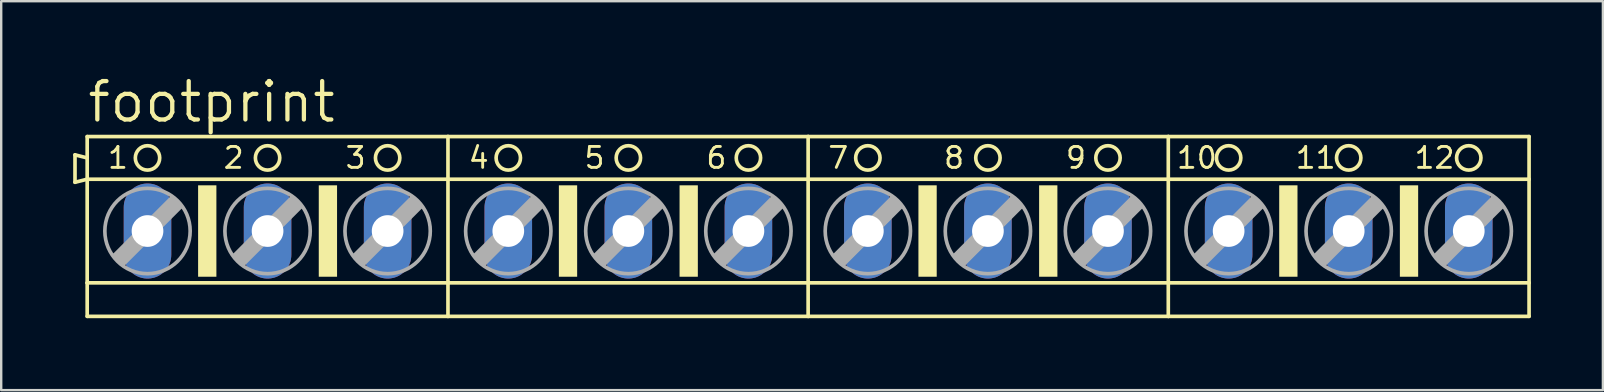
<source format=kicad_pcb>
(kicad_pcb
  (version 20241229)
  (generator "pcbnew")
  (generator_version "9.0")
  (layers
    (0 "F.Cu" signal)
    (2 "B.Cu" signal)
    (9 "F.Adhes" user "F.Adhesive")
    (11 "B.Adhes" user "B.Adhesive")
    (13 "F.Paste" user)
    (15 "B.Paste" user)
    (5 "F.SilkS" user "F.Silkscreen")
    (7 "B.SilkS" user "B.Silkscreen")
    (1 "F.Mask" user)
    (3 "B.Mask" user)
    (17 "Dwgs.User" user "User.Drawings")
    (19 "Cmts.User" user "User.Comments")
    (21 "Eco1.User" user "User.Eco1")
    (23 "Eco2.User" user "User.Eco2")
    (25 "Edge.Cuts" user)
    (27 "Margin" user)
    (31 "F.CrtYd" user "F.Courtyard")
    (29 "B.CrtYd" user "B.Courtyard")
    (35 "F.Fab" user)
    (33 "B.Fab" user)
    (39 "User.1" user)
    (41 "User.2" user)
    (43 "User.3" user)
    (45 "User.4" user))
  (footprint "footprint"
    (layer "F.Cu")
    (at 30.632 6.579)
    (property "Reference" "footprint" (at -30.124 -4.445 0) (layer "F.SilkS") (effects (font (size 1.6 1.6) (thickness 0.178)) (justify left bottom)))
    (fp_line (start -30.556 -3.175) (end -30.556 -2.032) (stroke (width 0.152) (type solid)) (layer "F.SilkS"))
    (fp_line (start -30.556 -2.032) (end -30.048 -2.159) (stroke (width 0.152) (type solid)) (layer "F.SilkS"))
    (fp_line (start -30.048 -3.048) (end -30.556 -3.175) (stroke (width 0.152) (type solid)) (layer "F.SilkS"))
    (fp_line (start -30.048 -3.048) (end -30.048 -3.937) (stroke (width 0.152) (type solid)) (layer "F.SilkS"))
    (fp_line (start -30.048 -2.159) (end -30.048 -3.048) (stroke (width 0.152) (type solid)) (layer "F.SilkS"))
    (fp_line (start -30.048 -2.159) (end -15.011 -2.159) (stroke (width 0.152) (type solid)) (layer "F.SilkS"))
    (fp_line (start -30.048 2.159) (end -30.048 -2.159) (stroke (width 0.152) (type solid)) (layer "F.SilkS"))
    (fp_line (start -30.048 2.159) (end -15.011 2.159) (stroke (width 0.152) (type solid)) (layer "F.SilkS"))
    (fp_line (start -30.048 3.556) (end -30.048 2.159) (stroke (width 0.152) (type solid)) (layer "F.SilkS"))
    (fp_line (start -30.048 3.556) (end -15.011 3.556) (stroke (width 0.152) (type solid)) (layer "F.SilkS"))
    (fp_line (start -15.011 -3.937) (end -30.048 -3.937) (stroke (width 0.152) (type solid)) (layer "F.SilkS"))
    (fp_line (start -15.011 -2.159) (end -15.011 -3.937) (stroke (width 0.152) (type solid)) (layer "F.SilkS"))
    (fp_line (start -15.011 -2.159) (end 0 -2.159) (stroke (width 0.152) (type solid)) (layer "F.SilkS"))
    (fp_line (start -15.011 2.159) (end -15.011 -2.159) (stroke (width 0.152) (type solid)) (layer "F.SilkS"))
    (fp_line (start -15.011 2.159) (end 0 2.159) (stroke (width 0.152) (type solid)) (layer "F.SilkS"))
    (fp_line (start -15.011 3.556) (end -15.011 2.159) (stroke (width 0.152) (type solid)) (layer "F.SilkS"))
    (fp_line (start -15.011 3.556) (end 0 3.556) (stroke (width 0.152) (type solid)) (layer "F.SilkS"))
    (fp_line (start 0 -3.937) (end -15.011 -3.937) (stroke (width 0.152) (type solid)) (layer "F.SilkS"))
    (fp_line (start 0 -2.159) (end 0 -3.937) (stroke (width 0.152) (type solid)) (layer "F.SilkS"))
    (fp_line (start 0 -2.159) (end 15.011 -2.159) (stroke (width 0.152) (type solid)) (layer "F.SilkS"))
    (fp_line (start 0 2.159) (end 0 -2.159) (stroke (width 0.152) (type solid)) (layer "F.SilkS"))
    (fp_line (start 0 2.159) (end 15.011 2.159) (stroke (width 0.152) (type solid)) (layer "F.SilkS"))
    (fp_line (start 0 3.556) (end 0 2.159) (stroke (width 0.152) (type solid)) (layer "F.SilkS"))
    (fp_line (start 0 3.556) (end 15.011 3.556) (stroke (width 0.152) (type solid)) (layer "F.SilkS"))
    (fp_line (start 15.011 -3.937) (end 0 -3.937) (stroke (width 0.152) (type solid)) (layer "F.SilkS"))
    (fp_line (start 15.011 -2.159) (end 15.011 -3.937) (stroke (width 0.152) (type solid)) (layer "F.SilkS"))
    (fp_line (start 15.011 -2.159) (end 30.048 -2.159) (stroke (width 0.152) (type solid)) (layer "F.SilkS"))
    (fp_line (start 15.011 2.159) (end 15.011 -2.159) (stroke (width 0.152) (type solid)) (layer "F.SilkS"))
    (fp_line (start 15.011 2.159) (end 30.048 2.159) (stroke (width 0.152) (type solid)) (layer "F.SilkS"))
    (fp_line (start 15.011 3.556) (end 15.011 2.159) (stroke (width 0.152) (type solid)) (layer "F.SilkS"))
    (fp_line (start 15.011 3.556) (end 30.048 3.556) (stroke (width 0.152) (type solid)) (layer "F.SilkS"))
    (fp_line (start 30.048 -3.937) (end 15.011 -3.937) (stroke (width 0.152) (type solid)) (layer "F.SilkS"))
    (fp_line (start 30.048 -3.937) (end 30.048 -2.159) (stroke (width 0.152) (type solid)) (layer "F.SilkS"))
    (fp_line (start 30.048 -2.159) (end 30.048 2.159) (stroke (width 0.152) (type solid)) (layer "F.SilkS"))
    (fp_line (start 30.048 2.159) (end 30.048 3.556) (stroke (width 0.152) (type solid)) (layer "F.SilkS"))
    (fp_circle (center -27.534 -3.048) (end -27.026 -3.048) (stroke (width 0.152) (type solid)) (fill no) (layer "F.SilkS"))
    (fp_circle (center -22.53 -3.048) (end -22.022 -3.048) (stroke (width 0.152) (type solid)) (fill no) (layer "F.SilkS"))
    (fp_circle (center -17.526 -3.048) (end -17.018 -3.048) (stroke (width 0.152) (type solid)) (fill no) (layer "F.SilkS"))
    (fp_circle (center -12.497 -3.048) (end -11.989 -3.048) (stroke (width 0.152) (type solid)) (fill no) (layer "F.SilkS"))
    (fp_circle (center -7.493 -3.048) (end -6.985 -3.048) (stroke (width 0.152) (type solid)) (fill no) (layer "F.SilkS"))
    (fp_circle (center -2.489 -3.048) (end -1.981 -3.048) (stroke (width 0.152) (type solid)) (fill no) (layer "F.SilkS"))
    (fp_circle (center 2.489 -3.048) (end 2.997 -3.048) (stroke (width 0.152) (type solid)) (fill no) (layer "F.SilkS"))
    (fp_circle (center 7.493 -3.048) (end 8.001 -3.048) (stroke (width 0.152) (type solid)) (fill no) (layer "F.SilkS"))
    (fp_circle (center 12.497 -3.048) (end 13.005 -3.048) (stroke (width 0.152) (type solid)) (fill no) (layer "F.SilkS"))
    (fp_circle (center 17.526 -3.048) (end 18.034 -3.048) (stroke (width 0.152) (type solid)) (fill no) (layer "F.SilkS"))
    (fp_circle (center 22.53 -3.048) (end 23.038 -3.048) (stroke (width 0.152) (type solid)) (fill no) (layer "F.SilkS"))
    (fp_circle (center 27.534 -3.048) (end 28.042 -3.048) (stroke (width 0.152) (type solid)) (fill no) (layer "F.SilkS"))
    (fp_poly (pts (xy -25.425 1.905) (xy -24.663 1.905) (xy -24.663 -1.905) (xy -25.425 -1.905)) (stroke (width 0) (type solid)) (fill yes) (layer "F.SilkS"))
    (fp_poly (pts (xy -20.396 1.905) (xy -19.634 1.905) (xy -19.634 -1.905) (xy -20.396 -1.905)) (stroke (width 0) (type solid)) (fill yes) (layer "F.SilkS"))
    (fp_poly (pts (xy -10.389 1.905) (xy -9.627 1.905) (xy -9.627 -1.905) (xy -10.389 -1.905)) (stroke (width 0) (type solid)) (fill yes) (layer "F.SilkS"))
    (fp_poly (pts (xy -5.359 1.905) (xy -4.597 1.905) (xy -4.597 -1.905) (xy -5.359 -1.905)) (stroke (width 0) (type solid)) (fill yes) (layer "F.SilkS"))
    (fp_poly (pts (xy 4.597 1.905) (xy 5.359 1.905) (xy 5.359 -1.905) (xy 4.597 -1.905)) (stroke (width 0) (type solid)) (fill yes) (layer "F.SilkS"))
    (fp_poly (pts (xy 9.627 1.905) (xy 10.389 1.905) (xy 10.389 -1.905) (xy 9.627 -1.905)) (stroke (width 0) (type solid)) (fill yes) (layer "F.SilkS"))
    (fp_poly (pts (xy 19.634 1.905) (xy 20.396 1.905) (xy 20.396 -1.905) (xy 19.634 -1.905)) (stroke (width 0) (type solid)) (fill yes) (layer "F.SilkS"))
    (fp_poly (pts (xy 24.663 1.905) (xy 25.425 1.905) (xy 25.425 -1.905) (xy 24.663 -1.905)) (stroke (width 0) (type solid)) (fill yes) (layer "F.SilkS"))
    (fp_line (start -28.931 1.016) (end -28.55 1.397) (stroke (width 0.152) (type solid)) (layer "F.Fab"))
    (fp_line (start -28.931 1.016) (end -26.518 -1.397) (stroke (width 0.152) (type solid)) (layer "F.Fab"))
    (fp_line (start -28.55 1.016) (end -26.518 -1.016) (stroke (width 0.61) (type solid)) (layer "F.Fab"))
    (fp_line (start -28.55 1.397) (end -26.137 -1.016) (stroke (width 0.152) (type solid)) (layer "F.Fab"))
    (fp_line (start -26.518 -1.397) (end -26.137 -1.016) (stroke (width 0.152) (type solid)) (layer "F.Fab"))
    (fp_line (start -23.927 1.016) (end -23.546 1.397) (stroke (width 0.152) (type solid)) (layer "F.Fab"))
    (fp_line (start -23.927 1.016) (end -21.514 -1.397) (stroke (width 0.152) (type solid)) (layer "F.Fab"))
    (fp_line (start -23.546 1.016) (end -21.514 -1.016) (stroke (width 0.61) (type solid)) (layer "F.Fab"))
    (fp_line (start -23.546 1.397) (end -21.133 -1.016) (stroke (width 0.152) (type solid)) (layer "F.Fab"))
    (fp_line (start -21.514 -1.397) (end -21.133 -1.016) (stroke (width 0.152) (type solid)) (layer "F.Fab"))
    (fp_line (start -18.923 1.016) (end -18.542 1.397) (stroke (width 0.152) (type solid)) (layer "F.Fab"))
    (fp_line (start -18.923 1.016) (end -16.51 -1.397) (stroke (width 0.152) (type solid)) (layer "F.Fab"))
    (fp_line (start -18.542 1.016) (end -16.51 -1.016) (stroke (width 0.61) (type solid)) (layer "F.Fab"))
    (fp_line (start -18.542 1.397) (end -16.129 -1.016) (stroke (width 0.152) (type solid)) (layer "F.Fab"))
    (fp_line (start -16.51 -1.397) (end -16.129 -1.016) (stroke (width 0.152) (type solid)) (layer "F.Fab"))
    (fp_line (start -13.894 1.016) (end -13.513 1.397) (stroke (width 0.152) (type solid)) (layer "F.Fab"))
    (fp_line (start -13.894 1.016) (end -11.481 -1.397) (stroke (width 0.152) (type solid)) (layer "F.Fab"))
    (fp_line (start -13.513 1.016) (end -11.481 -1.016) (stroke (width 0.61) (type solid)) (layer "F.Fab"))
    (fp_line (start -13.513 1.397) (end -11.1 -1.016) (stroke (width 0.152) (type solid)) (layer "F.Fab"))
    (fp_line (start -11.481 -1.397) (end -11.1 -1.016) (stroke (width 0.152) (type solid)) (layer "F.Fab"))
    (fp_line (start -8.89 1.016) (end -8.509 1.397) (stroke (width 0.152) (type solid)) (layer "F.Fab"))
    (fp_line (start -8.89 1.016) (end -6.477 -1.397) (stroke (width 0.152) (type solid)) (layer "F.Fab"))
    (fp_line (start -8.509 1.016) (end -6.477 -1.016) (stroke (width 0.61) (type solid)) (layer "F.Fab"))
    (fp_line (start -8.509 1.397) (end -6.096 -1.016) (stroke (width 0.152) (type solid)) (layer "F.Fab"))
    (fp_line (start -6.477 -1.397) (end -6.096 -1.016) (stroke (width 0.152) (type solid)) (layer "F.Fab"))
    (fp_line (start -3.886 1.016) (end -3.505 1.397) (stroke (width 0.152) (type solid)) (layer "F.Fab"))
    (fp_line (start -3.886 1.016) (end -1.473 -1.397) (stroke (width 0.152) (type solid)) (layer "F.Fab"))
    (fp_line (start -3.505 1.016) (end -1.473 -1.016) (stroke (width 0.61) (type solid)) (layer "F.Fab"))
    (fp_line (start -3.505 1.397) (end -1.092 -1.016) (stroke (width 0.152) (type solid)) (layer "F.Fab"))
    (fp_line (start -1.473 -1.397) (end -1.092 -1.016) (stroke (width 0.152) (type solid)) (layer "F.Fab"))
    (fp_line (start 1.092 1.016) (end 1.473 1.397) (stroke (width 0.152) (type solid)) (layer "F.Fab"))
    (fp_line (start 1.092 1.016) (end 3.505 -1.397) (stroke (width 0.152) (type solid)) (layer "F.Fab"))
    (fp_line (start 1.473 1.016) (end 3.505 -1.016) (stroke (width 0.61) (type solid)) (layer "F.Fab"))
    (fp_line (start 1.473 1.397) (end 3.886 -1.016) (stroke (width 0.152) (type solid)) (layer "F.Fab"))
    (fp_line (start 3.505 -1.397) (end 3.886 -1.016) (stroke (width 0.152) (type solid)) (layer "F.Fab"))
    (fp_line (start 6.096 1.016) (end 6.477 1.397) (stroke (width 0.152) (type solid)) (layer "F.Fab"))
    (fp_line (start 6.096 1.016) (end 8.509 -1.397) (stroke (width 0.152) (type solid)) (layer "F.Fab"))
    (fp_line (start 6.477 1.016) (end 8.509 -1.016) (stroke (width 0.61) (type solid)) (layer "F.Fab"))
    (fp_line (start 6.477 1.397) (end 8.89 -1.016) (stroke (width 0.152) (type solid)) (layer "F.Fab"))
    (fp_line (start 8.509 -1.397) (end 8.89 -1.016) (stroke (width 0.152) (type solid)) (layer "F.Fab"))
    (fp_line (start 11.1 1.016) (end 11.481 1.397) (stroke (width 0.152) (type solid)) (layer "F.Fab"))
    (fp_line (start 11.1 1.016) (end 13.513 -1.397) (stroke (width 0.152) (type solid)) (layer "F.Fab"))
    (fp_line (start 11.481 1.016) (end 13.513 -1.016) (stroke (width 0.61) (type solid)) (layer "F.Fab"))
    (fp_line (start 11.481 1.397) (end 13.894 -1.016) (stroke (width 0.152) (type solid)) (layer "F.Fab"))
    (fp_line (start 13.513 -1.397) (end 13.894 -1.016) (stroke (width 0.152) (type solid)) (layer "F.Fab"))
    (fp_line (start 16.129 1.016) (end 16.51 1.397) (stroke (width 0.152) (type solid)) (layer "F.Fab"))
    (fp_line (start 16.129 1.016) (end 18.542 -1.397) (stroke (width 0.152) (type solid)) (layer "F.Fab"))
    (fp_line (start 16.51 1.016) (end 18.542 -1.016) (stroke (width 0.61) (type solid)) (layer "F.Fab"))
    (fp_line (start 16.51 1.397) (end 18.923 -1.016) (stroke (width 0.152) (type solid)) (layer "F.Fab"))
    (fp_line (start 18.542 -1.397) (end 18.923 -1.016) (stroke (width 0.152) (type solid)) (layer "F.Fab"))
    (fp_line (start 21.133 1.016) (end 21.514 1.397) (stroke (width 0.152) (type solid)) (layer "F.Fab"))
    (fp_line (start 21.133 1.016) (end 23.546 -1.397) (stroke (width 0.152) (type solid)) (layer "F.Fab"))
    (fp_line (start 21.514 1.016) (end 23.546 -1.016) (stroke (width 0.61) (type solid)) (layer "F.Fab"))
    (fp_line (start 21.514 1.397) (end 23.927 -1.016) (stroke (width 0.152) (type solid)) (layer "F.Fab"))
    (fp_line (start 23.546 -1.397) (end 23.927 -1.016) (stroke (width 0.152) (type solid)) (layer "F.Fab"))
    (fp_line (start 26.137 1.016) (end 26.518 1.397) (stroke (width 0.152) (type solid)) (layer "F.Fab"))
    (fp_line (start 26.137 1.016) (end 28.55 -1.397) (stroke (width 0.152) (type solid)) (layer "F.Fab"))
    (fp_line (start 26.518 1.016) (end 28.55 -1.016) (stroke (width 0.61) (type solid)) (layer "F.Fab"))
    (fp_line (start 26.518 1.397) (end 28.931 -1.016) (stroke (width 0.152) (type solid)) (layer "F.Fab"))
    (fp_line (start 28.55 -1.397) (end 28.931 -1.016) (stroke (width 0.152) (type solid)) (layer "F.Fab"))
    (fp_circle (center -27.534 0) (end -25.756 0) (stroke (width 0.152) (type solid)) (fill no) (layer "F.Fab"))
    (fp_circle (center -22.53 0) (end -20.752 0) (stroke (width 0.152) (type solid)) (fill no) (layer "F.Fab"))
    (fp_circle (center -17.526 0) (end -15.748 0) (stroke (width 0.152) (type solid)) (fill no) (layer "F.Fab"))
    (fp_circle (center -12.497 0) (end -10.719 0) (stroke (width 0.152) (type solid)) (fill no) (layer "F.Fab"))
    (fp_circle (center -7.493 0) (end -5.715 0) (stroke (width 0.152) (type solid)) (fill no) (layer "F.Fab"))
    (fp_circle (center -2.489 0) (end -0.711 0) (stroke (width 0.152) (type solid)) (fill no) (layer "F.Fab"))
    (fp_circle (center 2.489 0) (end 4.267 0) (stroke (width 0.152) (type solid)) (fill no) (layer "F.Fab"))
    (fp_circle (center 7.493 0) (end 9.271 0) (stroke (width 0.152) (type solid)) (fill no) (layer "F.Fab"))
    (fp_circle (center 12.497 0) (end 14.275 0) (stroke (width 0.152) (type solid)) (fill no) (layer "F.Fab"))
    (fp_circle (center 17.526 0) (end 19.304 0) (stroke (width 0.152) (type solid)) (fill no) (layer "F.Fab"))
    (fp_circle (center 22.53 0) (end 24.308 0) (stroke (width 0.152) (type solid)) (fill no) (layer "F.Fab"))
    (fp_circle (center 27.534 0) (end 29.312 0) (stroke (width 0.152) (type solid)) (fill no) (layer "F.Fab"))
    (fp_text user "10" (at 15.291 -2.54 0) (layer "F.SilkS") (effects (font (size 0.872 0.872) (thickness 0.119)) (justify left bottom)))
    (fp_text user "6" (at -4.318 -2.54 0) (layer "F.SilkS") (effects (font (size 0.872 0.872) (thickness 0.119)) (justify left bottom)))
    (fp_text user "1" (at -29.261 -2.54 0) (layer "F.SilkS") (effects (font (size 0.872 0.872) (thickness 0.119)) (justify left bottom)))
    (fp_text user "5" (at -9.398 -2.54 0) (layer "F.SilkS") (effects (font (size 0.872 0.872) (thickness 0.119)) (justify left bottom)))
    (fp_text user "11" (at 20.244 -2.54 0) (layer "F.SilkS") (effects (font (size 0.872 0.872) (thickness 0.119)) (justify left bottom)))
    (fp_text user "7" (at 0.762 -2.54 0) (layer "F.SilkS") (effects (font (size 0.872 0.872) (thickness 0.119)) (justify left bottom)))
    (fp_text user "9" (at 10.668 -2.54 0) (layer "F.SilkS") (effects (font (size 0.872 0.872) (thickness 0.119)) (justify left bottom)))
    (fp_text user "2" (at -24.435 -2.54 0) (layer "F.SilkS") (effects (font (size 0.872 0.872) (thickness 0.119)) (justify left bottom)))
    (fp_text user "3" (at -19.355 -2.54 0) (layer "F.SilkS") (effects (font (size 0.872 0.872) (thickness 0.119)) (justify left bottom)))
    (fp_text user "4" (at -14.224 -2.54 0) (layer "F.SilkS") (effects (font (size 0.872 0.872) (thickness 0.119)) (justify left bottom)))
    (fp_text user "12" (at 25.197 -2.54 0) (layer "F.SilkS") (effects (font (size 0.872 0.872) (thickness 0.119)) (justify left bottom)))
    (fp_text user "8" (at 5.588 -2.54 0) (layer "F.SilkS") (effects (font (size 0.872 0.872) (thickness 0.119)) (justify left bottom)))
    (pad "1" thru_hole oval (at -27.534 0 90) (size 3.962 1.981) (drill 1.321) (layers "*.Cu" "*.Mask"))
    (pad "2" thru_hole oval (at -22.53 0 90) (size 3.962 1.981) (drill 1.321) (layers "*.Cu" "*.Mask"))
    (pad "3" thru_hole oval (at -17.526 0 90) (size 3.962 1.981) (drill 1.321) (layers "*.Cu" "*.Mask"))
    (pad "4" thru_hole oval (at -12.497 0 90) (size 3.962 1.981) (drill 1.321) (layers "*.Cu" "*.Mask"))
    (pad "5" thru_hole oval (at -7.493 0 90) (size 3.962 1.981) (drill 1.321) (layers "*.Cu" "*.Mask"))
    (pad "6" thru_hole oval (at -2.489 0 90) (size 3.962 1.981) (drill 1.321) (layers "*.Cu" "*.Mask"))
    (pad "7" thru_hole oval (at 2.489 0 90) (size 3.962 1.981) (drill 1.321) (layers "*.Cu" "*.Mask"))
    (pad "8" thru_hole oval (at 7.493 0 90) (size 3.962 1.981) (drill 1.321) (layers "*.Cu" "*.Mask"))
    (pad "9" thru_hole oval (at 12.497 0 90) (size 3.962 1.981) (drill 1.321) (layers "*.Cu" "*.Mask"))
    (pad "10" thru_hole oval (at 17.526 0 90) (size 3.962 1.981) (drill 1.321) (layers "*.Cu" "*.Mask"))
    (pad "11" thru_hole oval (at 22.53 0 90) (size 3.962 1.981) (drill 1.321) (layers "*.Cu" "*.Mask"))
    (pad "12" thru_hole oval (at 27.534 0 90) (size 3.962 1.981) (drill 1.321) (layers "*.Cu" "*.Mask")))
  (gr_rect
    (start -3 -3)
    (end 63.757 13.211)
    (stroke (width 0.1) (type default))
    (fill no)
    (layer "Edge.Cuts")))
</source>
